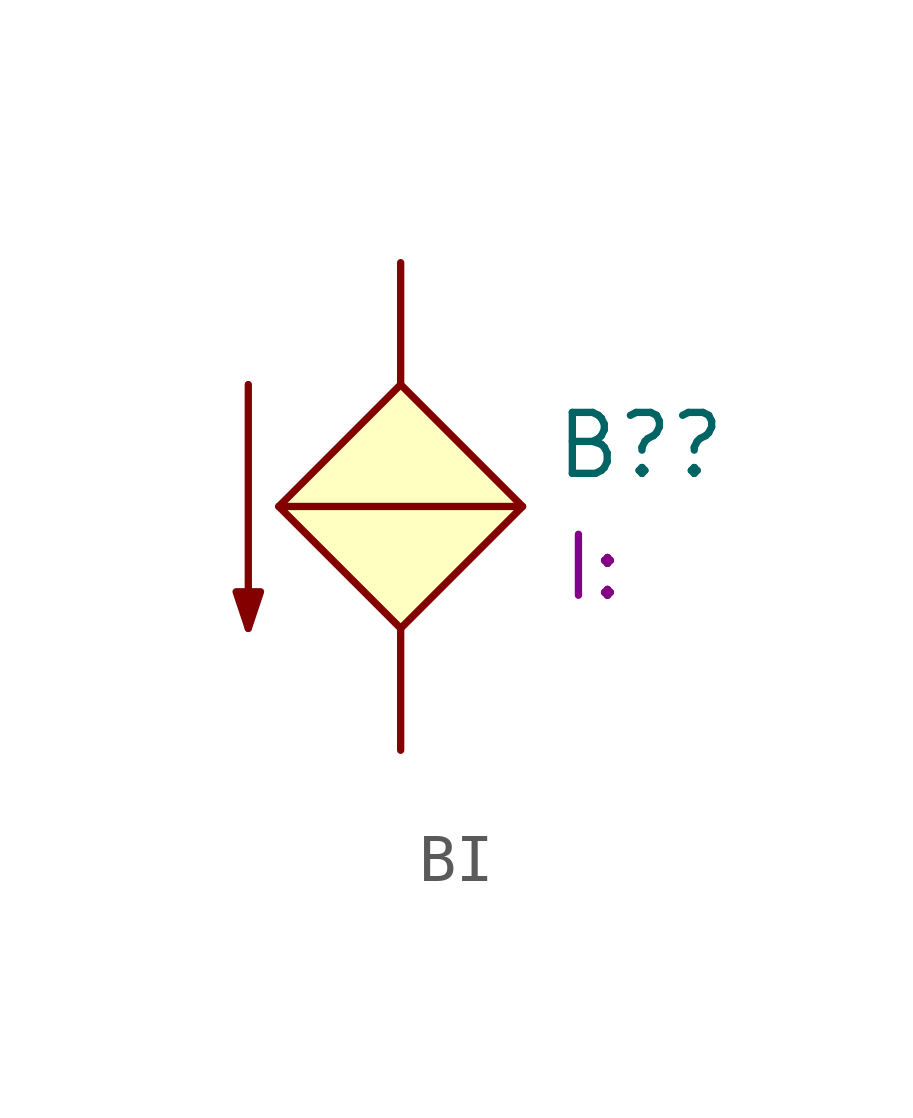
<source format=kicad_sym>
(kicad_symbol_lib
  (version 20241209)
  (generator "kicad_symbol_editor")
  (generator_version "9.0")
  (symbol "BI"
    (pin_numbers
      (hide yes))
    (pin_names
      (offset 0)
      (hide yes))
    (property "Reference" "B?"
      (at 3.175 1.27 0)
      (effects (font (size 1.27 1.27)) (justify left)))
    (property "I" ""
      (at 3.302 -1.27 0)
      (show_name)
      (effects (font (size 1.27 1.27)) (justify left)))
    (symbol "BI_0_0"
      (pin power_out line (at 0 5.08 270) (length 2.54) (name "p" (effects (font (size 1.27 1.27)))) (number "1" (effects (font (size 1.27 1.27))))))
    (symbol "BI_0_1"
      (polyline (pts (xy -3.175 -2.54) (xy -3.175 2.54)) (stroke (width 0) (type solid)) (fill (type none)))
      (polyline (pts (xy -3.175 -2.54) (xy -3.429 -1.778) (xy -2.921 -1.778) (xy -3.175 -2.54)) (stroke (width 0) (type solid)) (fill (type outline)))
      (polyline (pts (xy 2.54 0) (xy -2.54 0)) (stroke (width 0) (type solid)) (fill (type none))))
    (symbol "BI_1_0"
      (pin power_out line (at 0 -5.08 90) (length 2.54) (name "outN" (effects (font (size 1.27 1.27)))) (number "2" (effects (font (size 1.27 1.27))))))
    (symbol "BI_1_1"
      (polyline (pts (xy 0 2.54) (xy -2.54 0) (xy 0 -2.54) (xy 2.54 0) (xy 0 2.54)) (stroke (width 0) (type default)) (fill (type background))))))
</source>
